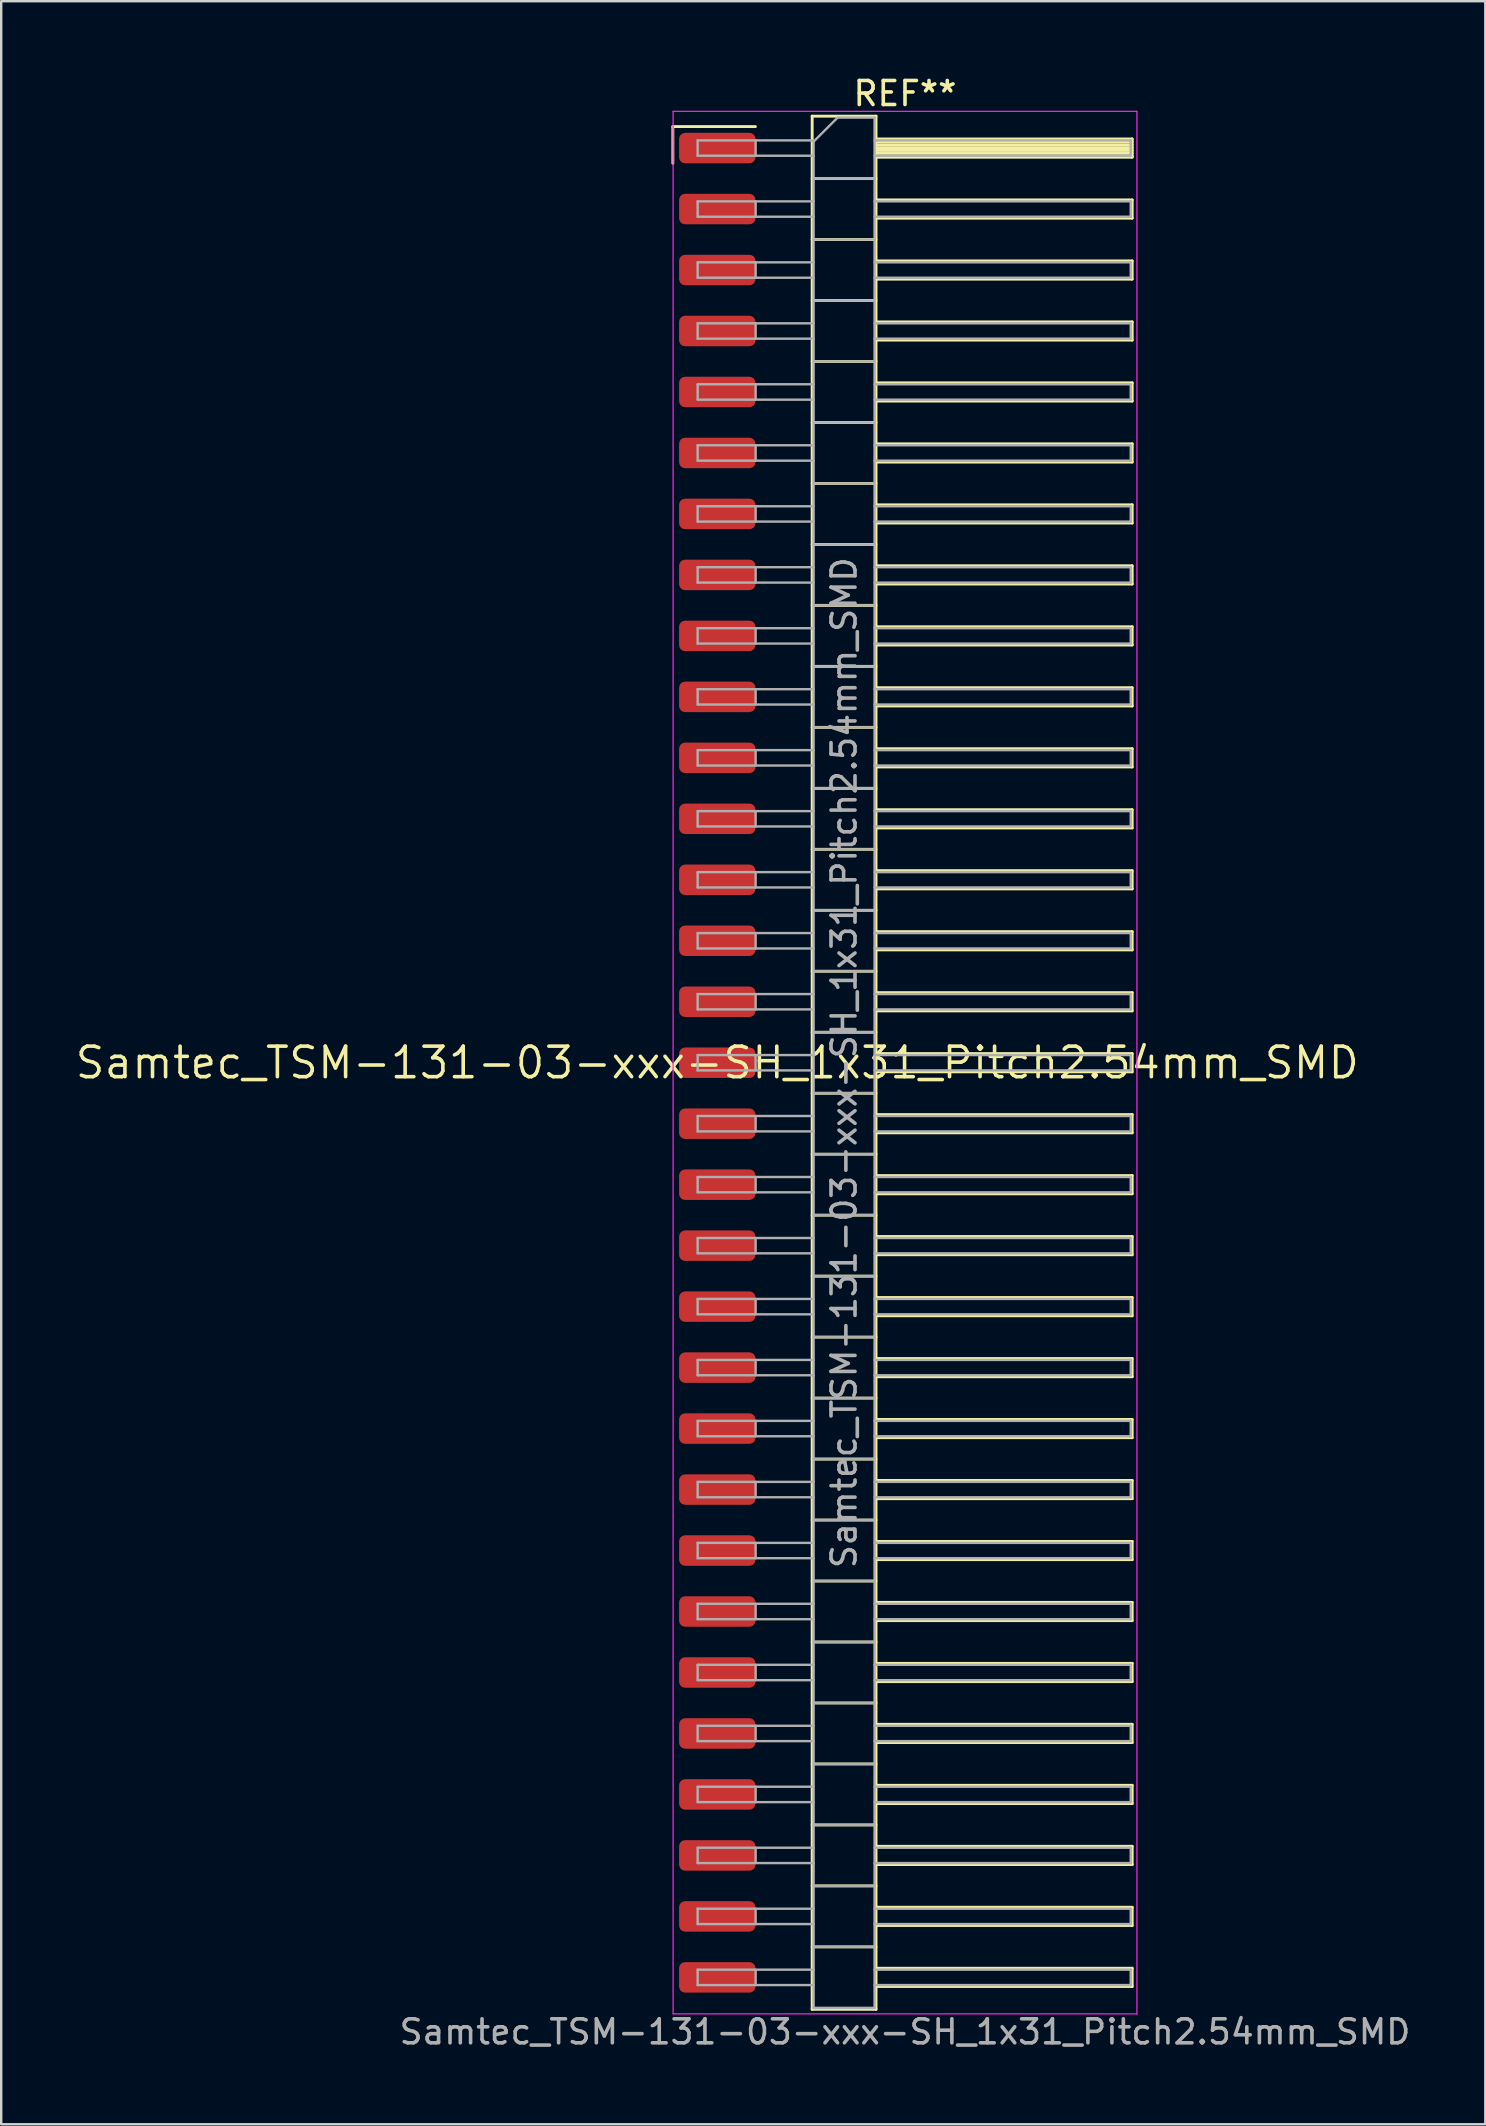
<source format=kicad_pcb>
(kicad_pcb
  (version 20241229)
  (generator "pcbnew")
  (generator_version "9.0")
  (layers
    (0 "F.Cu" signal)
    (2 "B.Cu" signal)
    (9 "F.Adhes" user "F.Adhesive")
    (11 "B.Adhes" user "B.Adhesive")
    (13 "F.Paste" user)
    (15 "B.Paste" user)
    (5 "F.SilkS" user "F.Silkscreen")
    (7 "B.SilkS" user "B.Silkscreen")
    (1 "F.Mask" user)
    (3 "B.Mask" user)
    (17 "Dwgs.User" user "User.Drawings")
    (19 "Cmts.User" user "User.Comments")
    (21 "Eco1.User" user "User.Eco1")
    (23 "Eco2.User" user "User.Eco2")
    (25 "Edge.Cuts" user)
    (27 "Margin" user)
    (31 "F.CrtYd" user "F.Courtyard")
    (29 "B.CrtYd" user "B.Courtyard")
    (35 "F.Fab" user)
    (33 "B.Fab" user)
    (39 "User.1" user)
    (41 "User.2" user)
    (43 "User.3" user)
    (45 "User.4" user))
  (footprint "Samtec_TSM-131-03-xxx-SH_1x31_Pitch2.54mm_SMD"
    (layer "F.Cu")
    (at 26.828 41.218)
    (property "Reference" "Samtec_TSM-131-03-xxx-SH_1x31_Pitch2.54mm_SMD" (at 0 0 0) (layer "F.SilkS") (effects (font (size 1.27 1.27) (thickness 0.15))))
    (attr smd)
    (fp_line (start -1.85 -38.995) (end 1.59 -38.995) (stroke (width 0.12) (type solid)) (layer "F.SilkS"))
    (fp_line (start -1.85 -37.465) (end -1.85 -38.995) (stroke (width 0.12) (type solid)) (layer "F.SilkS"))
    (fp_line (start 3.953 -39.43) (end 6.613 -39.43) (stroke (width 0.12) (type solid)) (layer "F.SilkS"))
    (fp_line (start 3.953 -36.83) (end 6.613 -36.83) (stroke (width 0.12) (type solid)) (layer "F.SilkS"))
    (fp_line (start 3.953 -34.29) (end 6.613 -34.29) (stroke (width 0.12) (type solid)) (layer "F.SilkS"))
    (fp_line (start 3.953 -31.75) (end 6.613 -31.75) (stroke (width 0.12) (type solid)) (layer "F.SilkS"))
    (fp_line (start 3.953 -29.21) (end 6.613 -29.21) (stroke (width 0.12) (type solid)) (layer "F.SilkS"))
    (fp_line (start 3.953 -26.67) (end 6.613 -26.67) (stroke (width 0.12) (type solid)) (layer "F.SilkS"))
    (fp_line (start 3.953 -24.13) (end 6.613 -24.13) (stroke (width 0.12) (type solid)) (layer "F.SilkS"))
    (fp_line (start 3.953 -21.59) (end 6.613 -21.59) (stroke (width 0.12) (type solid)) (layer "F.SilkS"))
    (fp_line (start 3.953 -19.05) (end 6.613 -19.05) (stroke (width 0.12) (type solid)) (layer "F.SilkS"))
    (fp_line (start 3.953 -16.51) (end 6.613 -16.51) (stroke (width 0.12) (type solid)) (layer "F.SilkS"))
    (fp_line (start 3.953 -13.97) (end 6.613 -13.97) (stroke (width 0.12) (type solid)) (layer "F.SilkS"))
    (fp_line (start 3.953 -11.43) (end 6.613 -11.43) (stroke (width 0.12) (type solid)) (layer "F.SilkS"))
    (fp_line (start 3.953 -8.89) (end 6.613 -8.89) (stroke (width 0.12) (type solid)) (layer "F.SilkS"))
    (fp_line (start 3.953 -6.35) (end 6.613 -6.35) (stroke (width 0.12) (type solid)) (layer "F.SilkS"))
    (fp_line (start 3.953 -3.81) (end 6.613 -3.81) (stroke (width 0.12) (type solid)) (layer "F.SilkS"))
    (fp_line (start 3.953 -1.27) (end 6.613 -1.27) (stroke (width 0.12) (type solid)) (layer "F.SilkS"))
    (fp_line (start 3.953 1.27) (end 6.613 1.27) (stroke (width 0.12) (type solid)) (layer "F.SilkS"))
    (fp_line (start 3.953 3.81) (end 6.613 3.81) (stroke (width 0.12) (type solid)) (layer "F.SilkS"))
    (fp_line (start 3.953 6.35) (end 6.613 6.35) (stroke (width 0.12) (type solid)) (layer "F.SilkS"))
    (fp_line (start 3.953 8.89) (end 6.613 8.89) (stroke (width 0.12) (type solid)) (layer "F.SilkS"))
    (fp_line (start 3.953 11.43) (end 6.613 11.43) (stroke (width 0.12) (type solid)) (layer "F.SilkS"))
    (fp_line (start 3.953 13.97) (end 6.613 13.97) (stroke (width 0.12) (type solid)) (layer "F.SilkS"))
    (fp_line (start 3.953 16.51) (end 6.613 16.51) (stroke (width 0.12) (type solid)) (layer "F.SilkS"))
    (fp_line (start 3.953 19.05) (end 6.613 19.05) (stroke (width 0.12) (type solid)) (layer "F.SilkS"))
    (fp_line (start 3.953 21.59) (end 6.613 21.59) (stroke (width 0.12) (type solid)) (layer "F.SilkS"))
    (fp_line (start 3.953 24.13) (end 6.613 24.13) (stroke (width 0.12) (type solid)) (layer "F.SilkS"))
    (fp_line (start 3.953 26.67) (end 6.613 26.67) (stroke (width 0.12) (type solid)) (layer "F.SilkS"))
    (fp_line (start 3.953 29.21) (end 6.613 29.21) (stroke (width 0.12) (type solid)) (layer "F.SilkS"))
    (fp_line (start 3.953 31.75) (end 6.613 31.75) (stroke (width 0.12) (type solid)) (layer "F.SilkS"))
    (fp_line (start 3.953 34.29) (end 6.613 34.29) (stroke (width 0.12) (type solid)) (layer "F.SilkS"))
    (fp_line (start 3.953 36.83) (end 6.613 36.83) (stroke (width 0.12) (type solid)) (layer "F.SilkS"))
    (fp_line (start 3.953 39.43) (end 3.953 -39.43) (stroke (width 0.12) (type solid)) (layer "F.SilkS"))
    (fp_line (start 6.613 -39.43) (end 6.613 39.43) (stroke (width 0.12) (type solid)) (layer "F.SilkS"))
    (fp_line (start 6.613 -38.48) (end 17.283 -38.48) (stroke (width 0.12) (type solid)) (layer "F.SilkS"))
    (fp_line (start 6.613 -38.36) (end 17.283 -38.36) (stroke (width 0.12) (type solid)) (layer "F.SilkS"))
    (fp_line (start 6.613 -38.24) (end 17.283 -38.24) (stroke (width 0.12) (type solid)) (layer "F.SilkS"))
    (fp_line (start 6.613 -38.12) (end 17.283 -38.12) (stroke (width 0.12) (type solid)) (layer "F.SilkS"))
    (fp_line (start 6.613 -38) (end 17.283 -38) (stroke (width 0.12) (type solid)) (layer "F.SilkS"))
    (fp_line (start 6.613 -37.88) (end 17.283 -37.88) (stroke (width 0.12) (type solid)) (layer "F.SilkS"))
    (fp_line (start 6.613 -37.76) (end 17.283 -37.76) (stroke (width 0.12) (type solid)) (layer "F.SilkS"))
    (fp_line (start 6.613 -37.72) (end 17.283 -37.72) (stroke (width 0.12) (type solid)) (layer "F.SilkS"))
    (fp_line (start 6.613 -35.94) (end 17.283 -35.94) (stroke (width 0.12) (type solid)) (layer "F.SilkS"))
    (fp_line (start 6.613 -35.18) (end 17.283 -35.18) (stroke (width 0.12) (type solid)) (layer "F.SilkS"))
    (fp_line (start 6.613 -33.4) (end 17.283 -33.4) (stroke (width 0.12) (type solid)) (layer "F.SilkS"))
    (fp_line (start 6.613 -32.64) (end 17.283 -32.64) (stroke (width 0.12) (type solid)) (layer "F.SilkS"))
    (fp_line (start 6.613 -30.86) (end 17.283 -30.86) (stroke (width 0.12) (type solid)) (layer "F.SilkS"))
    (fp_line (start 6.613 -30.1) (end 17.283 -30.1) (stroke (width 0.12) (type solid)) (layer "F.SilkS"))
    (fp_line (start 6.613 -28.32) (end 17.283 -28.32) (stroke (width 0.12) (type solid)) (layer "F.SilkS"))
    (fp_line (start 6.613 -27.56) (end 17.283 -27.56) (stroke (width 0.12) (type solid)) (layer "F.SilkS"))
    (fp_line (start 6.613 -25.78) (end 17.283 -25.78) (stroke (width 0.12) (type solid)) (layer "F.SilkS"))
    (fp_line (start 6.613 -25.02) (end 17.283 -25.02) (stroke (width 0.12) (type solid)) (layer "F.SilkS"))
    (fp_line (start 6.613 -23.24) (end 17.283 -23.24) (stroke (width 0.12) (type solid)) (layer "F.SilkS"))
    (fp_line (start 6.613 -22.48) (end 17.283 -22.48) (stroke (width 0.12) (type solid)) (layer "F.SilkS"))
    (fp_line (start 6.613 -20.7) (end 17.283 -20.7) (stroke (width 0.12) (type solid)) (layer "F.SilkS"))
    (fp_line (start 6.613 -19.94) (end 17.283 -19.94) (stroke (width 0.12) (type solid)) (layer "F.SilkS"))
    (fp_line (start 6.613 -18.16) (end 17.283 -18.16) (stroke (width 0.12) (type solid)) (layer "F.SilkS"))
    (fp_line (start 6.613 -17.4) (end 17.283 -17.4) (stroke (width 0.12) (type solid)) (layer "F.SilkS"))
    (fp_line (start 6.613 -15.62) (end 17.283 -15.62) (stroke (width 0.12) (type solid)) (layer "F.SilkS"))
    (fp_line (start 6.613 -14.86) (end 17.283 -14.86) (stroke (width 0.12) (type solid)) (layer "F.SilkS"))
    (fp_line (start 6.613 -13.08) (end 17.283 -13.08) (stroke (width 0.12) (type solid)) (layer "F.SilkS"))
    (fp_line (start 6.613 -12.32) (end 17.283 -12.32) (stroke (width 0.12) (type solid)) (layer "F.SilkS"))
    (fp_line (start 6.613 -10.54) (end 17.283 -10.54) (stroke (width 0.12) (type solid)) (layer "F.SilkS"))
    (fp_line (start 6.613 -9.78) (end 17.283 -9.78) (stroke (width 0.12) (type solid)) (layer "F.SilkS"))
    (fp_line (start 6.613 -8) (end 17.283 -8) (stroke (width 0.12) (type solid)) (layer "F.SilkS"))
    (fp_line (start 6.613 -7.24) (end 17.283 -7.24) (stroke (width 0.12) (type solid)) (layer "F.SilkS"))
    (fp_line (start 6.613 -5.46) (end 17.283 -5.46) (stroke (width 0.12) (type solid)) (layer "F.SilkS"))
    (fp_line (start 6.613 -4.7) (end 17.283 -4.7) (stroke (width 0.12) (type solid)) (layer "F.SilkS"))
    (fp_line (start 6.613 -2.92) (end 17.283 -2.92) (stroke (width 0.12) (type solid)) (layer "F.SilkS"))
    (fp_line (start 6.613 -2.16) (end 17.283 -2.16) (stroke (width 0.12) (type solid)) (layer "F.SilkS"))
    (fp_line (start 6.613 -0.38) (end 17.283 -0.38) (stroke (width 0.12) (type solid)) (layer "F.SilkS"))
    (fp_line (start 6.613 0.38) (end 17.283 0.38) (stroke (width 0.12) (type solid)) (layer "F.SilkS"))
    (fp_line (start 6.613 2.16) (end 17.283 2.16) (stroke (width 0.12) (type solid)) (layer "F.SilkS"))
    (fp_line (start 6.613 2.92) (end 17.283 2.92) (stroke (width 0.12) (type solid)) (layer "F.SilkS"))
    (fp_line (start 6.613 4.7) (end 17.283 4.7) (stroke (width 0.12) (type solid)) (layer "F.SilkS"))
    (fp_line (start 6.613 5.46) (end 17.283 5.46) (stroke (width 0.12) (type solid)) (layer "F.SilkS"))
    (fp_line (start 6.613 7.24) (end 17.283 7.24) (stroke (width 0.12) (type solid)) (layer "F.SilkS"))
    (fp_line (start 6.613 8) (end 17.283 8) (stroke (width 0.12) (type solid)) (layer "F.SilkS"))
    (fp_line (start 6.613 9.78) (end 17.283 9.78) (stroke (width 0.12) (type solid)) (layer "F.SilkS"))
    (fp_line (start 6.613 10.54) (end 17.283 10.54) (stroke (width 0.12) (type solid)) (layer "F.SilkS"))
    (fp_line (start 6.613 12.32) (end 17.283 12.32) (stroke (width 0.12) (type solid)) (layer "F.SilkS"))
    (fp_line (start 6.613 13.08) (end 17.283 13.08) (stroke (width 0.12) (type solid)) (layer "F.SilkS"))
    (fp_line (start 6.613 14.86) (end 17.283 14.86) (stroke (width 0.12) (type solid)) (layer "F.SilkS"))
    (fp_line (start 6.613 15.62) (end 17.283 15.62) (stroke (width 0.12) (type solid)) (layer "F.SilkS"))
    (fp_line (start 6.613 17.4) (end 17.283 17.4) (stroke (width 0.12) (type solid)) (layer "F.SilkS"))
    (fp_line (start 6.613 18.16) (end 17.283 18.16) (stroke (width 0.12) (type solid)) (layer "F.SilkS"))
    (fp_line (start 6.613 19.94) (end 17.283 19.94) (stroke (width 0.12) (type solid)) (layer "F.SilkS"))
    (fp_line (start 6.613 20.7) (end 17.283 20.7) (stroke (width 0.12) (type solid)) (layer "F.SilkS"))
    (fp_line (start 6.613 22.48) (end 17.283 22.48) (stroke (width 0.12) (type solid)) (layer "F.SilkS"))
    (fp_line (start 6.613 23.24) (end 17.283 23.24) (stroke (width 0.12) (type solid)) (layer "F.SilkS"))
    (fp_line (start 6.613 25.02) (end 17.283 25.02) (stroke (width 0.12) (type solid)) (layer "F.SilkS"))
    (fp_line (start 6.613 25.78) (end 17.283 25.78) (stroke (width 0.12) (type solid)) (layer "F.SilkS"))
    (fp_line (start 6.613 27.56) (end 17.283 27.56) (stroke (width 0.12) (type solid)) (layer "F.SilkS"))
    (fp_line (start 6.613 28.32) (end 17.283 28.32) (stroke (width 0.12) (type solid)) (layer "F.SilkS"))
    (fp_line (start 6.613 30.1) (end 17.283 30.1) (stroke (width 0.12) (type solid)) (layer "F.SilkS"))
    (fp_line (start 6.613 30.86) (end 17.283 30.86) (stroke (width 0.12) (type solid)) (layer "F.SilkS"))
    (fp_line (start 6.613 32.64) (end 17.283 32.64) (stroke (width 0.12) (type solid)) (layer "F.SilkS"))
    (fp_line (start 6.613 33.4) (end 17.283 33.4) (stroke (width 0.12) (type solid)) (layer "F.SilkS"))
    (fp_line (start 6.613 35.18) (end 17.283 35.18) (stroke (width 0.12) (type solid)) (layer "F.SilkS"))
    (fp_line (start 6.613 35.94) (end 17.283 35.94) (stroke (width 0.12) (type solid)) (layer "F.SilkS"))
    (fp_line (start 6.613 37.72) (end 17.283 37.72) (stroke (width 0.12) (type solid)) (layer "F.SilkS"))
    (fp_line (start 6.613 38.48) (end 17.283 38.48) (stroke (width 0.12) (type solid)) (layer "F.SilkS"))
    (fp_line (start 6.613 39.43) (end 3.953 39.43) (stroke (width 0.12) (type solid)) (layer "F.SilkS"))
    (fp_line (start 17.283 -38.48) (end 17.283 -37.72) (stroke (width 0.12) (type solid)) (layer "F.SilkS"))
    (fp_line (start 17.283 -35.94) (end 17.283 -35.18) (stroke (width 0.12) (type solid)) (layer "F.SilkS"))
    (fp_line (start 17.283 -33.4) (end 17.283 -32.64) (stroke (width 0.12) (type solid)) (layer "F.SilkS"))
    (fp_line (start 17.283 -30.86) (end 17.283 -30.1) (stroke (width 0.12) (type solid)) (layer "F.SilkS"))
    (fp_line (start 17.283 -28.32) (end 17.283 -27.56) (stroke (width 0.12) (type solid)) (layer "F.SilkS"))
    (fp_line (start 17.283 -25.78) (end 17.283 -25.02) (stroke (width 0.12) (type solid)) (layer "F.SilkS"))
    (fp_line (start 17.283 -23.24) (end 17.283 -22.48) (stroke (width 0.12) (type solid)) (layer "F.SilkS"))
    (fp_line (start 17.283 -20.7) (end 17.283 -19.94) (stroke (width 0.12) (type solid)) (layer "F.SilkS"))
    (fp_line (start 17.283 -18.16) (end 17.283 -17.4) (stroke (width 0.12) (type solid)) (layer "F.SilkS"))
    (fp_line (start 17.283 -15.62) (end 17.283 -14.86) (stroke (width 0.12) (type solid)) (layer "F.SilkS"))
    (fp_line (start 17.283 -13.08) (end 17.283 -12.32) (stroke (width 0.12) (type solid)) (layer "F.SilkS"))
    (fp_line (start 17.283 -10.54) (end 17.283 -9.78) (stroke (width 0.12) (type solid)) (layer "F.SilkS"))
    (fp_line (start 17.283 -8) (end 17.283 -7.24) (stroke (width 0.12) (type solid)) (layer "F.SilkS"))
    (fp_line (start 17.283 -5.46) (end 17.283 -4.7) (stroke (width 0.12) (type solid)) (layer "F.SilkS"))
    (fp_line (start 17.283 -2.92) (end 17.283 -2.16) (stroke (width 0.12) (type solid)) (layer "F.SilkS"))
    (fp_line (start 17.283 -0.38) (end 17.283 0.38) (stroke (width 0.12) (type solid)) (layer "F.SilkS"))
    (fp_line (start 17.283 2.16) (end 17.283 2.92) (stroke (width 0.12) (type solid)) (layer "F.SilkS"))
    (fp_line (start 17.283 4.7) (end 17.283 5.46) (stroke (width 0.12) (type solid)) (layer "F.SilkS"))
    (fp_line (start 17.283 7.24) (end 17.283 8) (stroke (width 0.12) (type solid)) (layer "F.SilkS"))
    (fp_line (start 17.283 9.78) (end 17.283 10.54) (stroke (width 0.12) (type solid)) (layer "F.SilkS"))
    (fp_line (start 17.283 12.32) (end 17.283 13.08) (stroke (width 0.12) (type solid)) (layer "F.SilkS"))
    (fp_line (start 17.283 14.86) (end 17.283 15.62) (stroke (width 0.12) (type solid)) (layer "F.SilkS"))
    (fp_line (start 17.283 17.4) (end 17.283 18.16) (stroke (width 0.12) (type solid)) (layer "F.SilkS"))
    (fp_line (start 17.283 19.94) (end 17.283 20.7) (stroke (width 0.12) (type solid)) (layer "F.SilkS"))
    (fp_line (start 17.283 22.48) (end 17.283 23.24) (stroke (width 0.12) (type solid)) (layer "F.SilkS"))
    (fp_line (start 17.283 25.02) (end 17.283 25.78) (stroke (width 0.12) (type solid)) (layer "F.SilkS"))
    (fp_line (start 17.283 27.56) (end 17.283 28.32) (stroke (width 0.12) (type solid)) (layer "F.SilkS"))
    (fp_line (start 17.283 30.1) (end 17.283 30.86) (stroke (width 0.12) (type solid)) (layer "F.SilkS"))
    (fp_line (start 17.283 32.64) (end 17.283 33.4) (stroke (width 0.12) (type solid)) (layer "F.SilkS"))
    (fp_line (start 17.283 35.18) (end 17.283 35.94) (stroke (width 0.12) (type solid)) (layer "F.SilkS"))
    (fp_line (start 17.283 37.72) (end 17.283 38.48) (stroke (width 0.12) (type solid)) (layer "F.SilkS"))
    (fp_line (start -1.84 -39.63) (end 17.48 -39.63) (stroke (width 0.05) (type solid)) (layer "F.CrtYd"))
    (fp_line (start -1.84 39.62) (end -1.84 -39.63) (stroke (width 0.05) (type solid)) (layer "F.CrtYd"))
    (fp_line (start 17.48 -39.63) (end 17.48 39.62) (stroke (width 0.05) (type solid)) (layer "F.CrtYd"))
    (fp_line (start 17.48 39.62) (end -1.84 39.62) (stroke (width 0.05) (type solid)) (layer "F.CrtYd"))
    (fp_line (start -0.817 -38.42) (end -0.817 -37.78) (stroke (width 0.1) (type solid)) (layer "F.Fab"))
    (fp_line (start -0.817 -38.42) (end 4.013 -38.42) (stroke (width 0.1) (type solid)) (layer "F.Fab"))
    (fp_line (start -0.817 -37.78) (end 4.013 -37.78) (stroke (width 0.1) (type solid)) (layer "F.Fab"))
    (fp_line (start -0.817 -35.88) (end -0.817 -35.24) (stroke (width 0.1) (type solid)) (layer "F.Fab"))
    (fp_line (start -0.817 -35.88) (end 4.013 -35.88) (stroke (width 0.1) (type solid)) (layer "F.Fab"))
    (fp_line (start -0.817 -35.24) (end 4.013 -35.24) (stroke (width 0.1) (type solid)) (layer "F.Fab"))
    (fp_line (start -0.817 -33.34) (end -0.817 -32.7) (stroke (width 0.1) (type solid)) (layer "F.Fab"))
    (fp_line (start -0.817 -33.34) (end 4.013 -33.34) (stroke (width 0.1) (type solid)) (layer "F.Fab"))
    (fp_line (start -0.817 -32.7) (end 4.013 -32.7) (stroke (width 0.1) (type solid)) (layer "F.Fab"))
    (fp_line (start -0.817 -30.8) (end -0.817 -30.16) (stroke (width 0.1) (type solid)) (layer "F.Fab"))
    (fp_line (start -0.817 -30.8) (end 4.013 -30.8) (stroke (width 0.1) (type solid)) (layer "F.Fab"))
    (fp_line (start -0.817 -30.16) (end 4.013 -30.16) (stroke (width 0.1) (type solid)) (layer "F.Fab"))
    (fp_line (start -0.817 -28.26) (end -0.817 -27.62) (stroke (width 0.1) (type solid)) (layer "F.Fab"))
    (fp_line (start -0.817 -28.26) (end 4.013 -28.26) (stroke (width 0.1) (type solid)) (layer "F.Fab"))
    (fp_line (start -0.817 -27.62) (end 4.013 -27.62) (stroke (width 0.1) (type solid)) (layer "F.Fab"))
    (fp_line (start -0.817 -25.72) (end -0.817 -25.08) (stroke (width 0.1) (type solid)) (layer "F.Fab"))
    (fp_line (start -0.817 -25.72) (end 4.013 -25.72) (stroke (width 0.1) (type solid)) (layer "F.Fab"))
    (fp_line (start -0.817 -25.08) (end 4.013 -25.08) (stroke (width 0.1) (type solid)) (layer "F.Fab"))
    (fp_line (start -0.817 -23.18) (end -0.817 -22.54) (stroke (width 0.1) (type solid)) (layer "F.Fab"))
    (fp_line (start -0.817 -23.18) (end 4.013 -23.18) (stroke (width 0.1) (type solid)) (layer "F.Fab"))
    (fp_line (start -0.817 -22.54) (end 4.013 -22.54) (stroke (width 0.1) (type solid)) (layer "F.Fab"))
    (fp_line (start -0.817 -20.64) (end -0.817 -20) (stroke (width 0.1) (type solid)) (layer "F.Fab"))
    (fp_line (start -0.817 -20.64) (end 4.013 -20.64) (stroke (width 0.1) (type solid)) (layer "F.Fab"))
    (fp_line (start -0.817 -20) (end 4.013 -20) (stroke (width 0.1) (type solid)) (layer "F.Fab"))
    (fp_line (start -0.817 -18.1) (end -0.817 -17.46) (stroke (width 0.1) (type solid)) (layer "F.Fab"))
    (fp_line (start -0.817 -18.1) (end 4.013 -18.1) (stroke (width 0.1) (type solid)) (layer "F.Fab"))
    (fp_line (start -0.817 -17.46) (end 4.013 -17.46) (stroke (width 0.1) (type solid)) (layer "F.Fab"))
    (fp_line (start -0.817 -15.56) (end -0.817 -14.92) (stroke (width 0.1) (type solid)) (layer "F.Fab"))
    (fp_line (start -0.817 -15.56) (end 4.013 -15.56) (stroke (width 0.1) (type solid)) (layer "F.Fab"))
    (fp_line (start -0.817 -14.92) (end 4.013 -14.92) (stroke (width 0.1) (type solid)) (layer "F.Fab"))
    (fp_line (start -0.817 -13.02) (end -0.817 -12.38) (stroke (width 0.1) (type solid)) (layer "F.Fab"))
    (fp_line (start -0.817 -13.02) (end 4.013 -13.02) (stroke (width 0.1) (type solid)) (layer "F.Fab"))
    (fp_line (start -0.817 -12.38) (end 4.013 -12.38) (stroke (width 0.1) (type solid)) (layer "F.Fab"))
    (fp_line (start -0.817 -10.48) (end -0.817 -9.84) (stroke (width 0.1) (type solid)) (layer "F.Fab"))
    (fp_line (start -0.817 -10.48) (end 4.013 -10.48) (stroke (width 0.1) (type solid)) (layer "F.Fab"))
    (fp_line (start -0.817 -9.84) (end 4.013 -9.84) (stroke (width 0.1) (type solid)) (layer "F.Fab"))
    (fp_line (start -0.817 -7.94) (end -0.817 -7.3) (stroke (width 0.1) (type solid)) (layer "F.Fab"))
    (fp_line (start -0.817 -7.94) (end 4.013 -7.94) (stroke (width 0.1) (type solid)) (layer "F.Fab"))
    (fp_line (start -0.817 -7.3) (end 4.013 -7.3) (stroke (width 0.1) (type solid)) (layer "F.Fab"))
    (fp_line (start -0.817 -5.4) (end -0.817 -4.76) (stroke (width 0.1) (type solid)) (layer "F.Fab"))
    (fp_line (start -0.817 -5.4) (end 4.013 -5.4) (stroke (width 0.1) (type solid)) (layer "F.Fab"))
    (fp_line (start -0.817 -4.76) (end 4.013 -4.76) (stroke (width 0.1) (type solid)) (layer "F.Fab"))
    (fp_line (start -0.817 -2.86) (end -0.817 -2.22) (stroke (width 0.1) (type solid)) (layer "F.Fab"))
    (fp_line (start -0.817 -2.86) (end 4.013 -2.86) (stroke (width 0.1) (type solid)) (layer "F.Fab"))
    (fp_line (start -0.817 -2.22) (end 4.013 -2.22) (stroke (width 0.1) (type solid)) (layer "F.Fab"))
    (fp_line (start -0.817 -0.32) (end -0.817 0.32) (stroke (width 0.1) (type solid)) (layer "F.Fab"))
    (fp_line (start -0.817 -0.32) (end 4.013 -0.32) (stroke (width 0.1) (type solid)) (layer "F.Fab"))
    (fp_line (start -0.817 0.32) (end 4.013 0.32) (stroke (width 0.1) (type solid)) (layer "F.Fab"))
    (fp_line (start -0.817 2.22) (end -0.817 2.86) (stroke (width 0.1) (type solid)) (layer "F.Fab"))
    (fp_line (start -0.817 2.22) (end 4.013 2.22) (stroke (width 0.1) (type solid)) (layer "F.Fab"))
    (fp_line (start -0.817 2.86) (end 4.013 2.86) (stroke (width 0.1) (type solid)) (layer "F.Fab"))
    (fp_line (start -0.817 4.76) (end -0.817 5.4) (stroke (width 0.1) (type solid)) (layer "F.Fab"))
    (fp_line (start -0.817 4.76) (end 4.013 4.76) (stroke (width 0.1) (type solid)) (layer "F.Fab"))
    (fp_line (start -0.817 5.4) (end 4.013 5.4) (stroke (width 0.1) (type solid)) (layer "F.Fab"))
    (fp_line (start -0.817 7.3) (end -0.817 7.94) (stroke (width 0.1) (type solid)) (layer "F.Fab"))
    (fp_line (start -0.817 7.3) (end 4.013 7.3) (stroke (width 0.1) (type solid)) (layer "F.Fab"))
    (fp_line (start -0.817 7.94) (end 4.013 7.94) (stroke (width 0.1) (type solid)) (layer "F.Fab"))
    (fp_line (start -0.817 9.84) (end -0.817 10.48) (stroke (width 0.1) (type solid)) (layer "F.Fab"))
    (fp_line (start -0.817 9.84) (end 4.013 9.84) (stroke (width 0.1) (type solid)) (layer "F.Fab"))
    (fp_line (start -0.817 10.48) (end 4.013 10.48) (stroke (width 0.1) (type solid)) (layer "F.Fab"))
    (fp_line (start -0.817 12.38) (end -0.817 13.02) (stroke (width 0.1) (type solid)) (layer "F.Fab"))
    (fp_line (start -0.817 12.38) (end 4.013 12.38) (stroke (width 0.1) (type solid)) (layer "F.Fab"))
    (fp_line (start -0.817 13.02) (end 4.013 13.02) (stroke (width 0.1) (type solid)) (layer "F.Fab"))
    (fp_line (start -0.817 14.92) (end -0.817 15.56) (stroke (width 0.1) (type solid)) (layer "F.Fab"))
    (fp_line (start -0.817 14.92) (end 4.013 14.92) (stroke (width 0.1) (type solid)) (layer "F.Fab"))
    (fp_line (start -0.817 15.56) (end 4.013 15.56) (stroke (width 0.1) (type solid)) (layer "F.Fab"))
    (fp_line (start -0.817 17.46) (end -0.817 18.1) (stroke (width 0.1) (type solid)) (layer "F.Fab"))
    (fp_line (start -0.817 17.46) (end 4.013 17.46) (stroke (width 0.1) (type solid)) (layer "F.Fab"))
    (fp_line (start -0.817 18.1) (end 4.013 18.1) (stroke (width 0.1) (type solid)) (layer "F.Fab"))
    (fp_line (start -0.817 20) (end -0.817 20.64) (stroke (width 0.1) (type solid)) (layer "F.Fab"))
    (fp_line (start -0.817 20) (end 4.013 20) (stroke (width 0.1) (type solid)) (layer "F.Fab"))
    (fp_line (start -0.817 20.64) (end 4.013 20.64) (stroke (width 0.1) (type solid)) (layer "F.Fab"))
    (fp_line (start -0.817 22.54) (end -0.817 23.18) (stroke (width 0.1) (type solid)) (layer "F.Fab"))
    (fp_line (start -0.817 22.54) (end 4.013 22.54) (stroke (width 0.1) (type solid)) (layer "F.Fab"))
    (fp_line (start -0.817 23.18) (end 4.013 23.18) (stroke (width 0.1) (type solid)) (layer "F.Fab"))
    (fp_line (start -0.817 25.08) (end -0.817 25.72) (stroke (width 0.1) (type solid)) (layer "F.Fab"))
    (fp_line (start -0.817 25.08) (end 4.013 25.08) (stroke (width 0.1) (type solid)) (layer "F.Fab"))
    (fp_line (start -0.817 25.72) (end 4.013 25.72) (stroke (width 0.1) (type solid)) (layer "F.Fab"))
    (fp_line (start -0.817 27.62) (end -0.817 28.26) (stroke (width 0.1) (type solid)) (layer "F.Fab"))
    (fp_line (start -0.817 27.62) (end 4.013 27.62) (stroke (width 0.1) (type solid)) (layer "F.Fab"))
    (fp_line (start -0.817 28.26) (end 4.013 28.26) (stroke (width 0.1) (type solid)) (layer "F.Fab"))
    (fp_line (start -0.817 30.16) (end -0.817 30.8) (stroke (width 0.1) (type solid)) (layer "F.Fab"))
    (fp_line (start -0.817 30.16) (end 4.013 30.16) (stroke (width 0.1) (type solid)) (layer "F.Fab"))
    (fp_line (start -0.817 30.8) (end 4.013 30.8) (stroke (width 0.1) (type solid)) (layer "F.Fab"))
    (fp_line (start -0.817 32.7) (end -0.817 33.34) (stroke (width 0.1) (type solid)) (layer "F.Fab"))
    (fp_line (start -0.817 32.7) (end 4.013 32.7) (stroke (width 0.1) (type solid)) (layer "F.Fab"))
    (fp_line (start -0.817 33.34) (end 4.013 33.34) (stroke (width 0.1) (type solid)) (layer "F.Fab"))
    (fp_line (start -0.817 35.24) (end -0.817 35.88) (stroke (width 0.1) (type solid)) (layer "F.Fab"))
    (fp_line (start -0.817 35.24) (end 4.013 35.24) (stroke (width 0.1) (type solid)) (layer "F.Fab"))
    (fp_line (start -0.817 35.88) (end 4.013 35.88) (stroke (width 0.1) (type solid)) (layer "F.Fab"))
    (fp_line (start -0.817 37.78) (end -0.817 38.42) (stroke (width 0.1) (type solid)) (layer "F.Fab"))
    (fp_line (start -0.817 37.78) (end 4.013 37.78) (stroke (width 0.1) (type solid)) (layer "F.Fab"))
    (fp_line (start -0.817 38.42) (end 4.013 38.42) (stroke (width 0.1) (type solid)) (layer "F.Fab"))
    (fp_line (start 1.598 -38.42) (end 1.598 -37.78) (stroke (width 0.1) (type solid)) (layer "F.Fab"))
    (fp_line (start 1.598 -35.88) (end 1.598 -35.24) (stroke (width 0.1) (type solid)) (layer "F.Fab"))
    (fp_line (start 1.598 -33.34) (end 1.598 -32.7) (stroke (width 0.1) (type solid)) (layer "F.Fab"))
    (fp_line (start 1.598 -30.8) (end 1.598 -30.16) (stroke (width 0.1) (type solid)) (layer "F.Fab"))
    (fp_line (start 1.598 -28.26) (end 1.598 -27.62) (stroke (width 0.1) (type solid)) (layer "F.Fab"))
    (fp_line (start 1.598 -25.72) (end 1.598 -25.08) (stroke (width 0.1) (type solid)) (layer "F.Fab"))
    (fp_line (start 1.598 -23.18) (end 1.598 -22.54) (stroke (width 0.1) (type solid)) (layer "F.Fab"))
    (fp_line (start 1.598 -20.64) (end 1.598 -20) (stroke (width 0.1) (type solid)) (layer "F.Fab"))
    (fp_line (start 1.598 -18.1) (end 1.598 -17.46) (stroke (width 0.1) (type solid)) (layer "F.Fab"))
    (fp_line (start 1.598 -15.56) (end 1.598 -14.92) (stroke (width 0.1) (type solid)) (layer "F.Fab"))
    (fp_line (start 1.598 -13.02) (end 1.598 -12.38) (stroke (width 0.1) (type solid)) (layer "F.Fab"))
    (fp_line (start 1.598 -10.48) (end 1.598 -9.84) (stroke (width 0.1) (type solid)) (layer "F.Fab"))
    (fp_line (start 1.598 -7.94) (end 1.598 -7.3) (stroke (width 0.1) (type solid)) (layer "F.Fab"))
    (fp_line (start 1.598 -5.4) (end 1.598 -4.76) (stroke (width 0.1) (type solid)) (layer "F.Fab"))
    (fp_line (start 1.598 -2.86) (end 1.598 -2.22) (stroke (width 0.1) (type solid)) (layer "F.Fab"))
    (fp_line (start 1.598 -0.32) (end 1.598 0.32) (stroke (width 0.1) (type solid)) (layer "F.Fab"))
    (fp_line (start 1.598 2.22) (end 1.598 2.86) (stroke (width 0.1) (type solid)) (layer "F.Fab"))
    (fp_line (start 1.598 4.76) (end 1.598 5.4) (stroke (width 0.1) (type solid)) (layer "F.Fab"))
    (fp_line (start 1.598 7.3) (end 1.598 7.94) (stroke (width 0.1) (type solid)) (layer "F.Fab"))
    (fp_line (start 1.598 9.84) (end 1.598 10.48) (stroke (width 0.1) (type solid)) (layer "F.Fab"))
    (fp_line (start 1.598 12.38) (end 1.598 13.02) (stroke (width 0.1) (type solid)) (layer "F.Fab"))
    (fp_line (start 1.598 14.92) (end 1.598 15.56) (stroke (width 0.1) (type solid)) (layer "F.Fab"))
    (fp_line (start 1.598 17.46) (end 1.598 18.1) (stroke (width 0.1) (type solid)) (layer "F.Fab"))
    (fp_line (start 1.598 20) (end 1.598 20.64) (stroke (width 0.1) (type solid)) (layer "F.Fab"))
    (fp_line (start 1.598 22.54) (end 1.598 23.18) (stroke (width 0.1) (type solid)) (layer "F.Fab"))
    (fp_line (start 1.598 25.08) (end 1.598 25.72) (stroke (width 0.1) (type solid)) (layer "F.Fab"))
    (fp_line (start 1.598 27.62) (end 1.598 28.26) (stroke (width 0.1) (type solid)) (layer "F.Fab"))
    (fp_line (start 1.598 30.16) (end 1.598 30.8) (stroke (width 0.1) (type solid)) (layer "F.Fab"))
    (fp_line (start 1.598 32.7) (end 1.598 33.34) (stroke (width 0.1) (type solid)) (layer "F.Fab"))
    (fp_line (start 1.598 35.24) (end 1.598 35.88) (stroke (width 0.1) (type solid)) (layer "F.Fab"))
    (fp_line (start 1.598 37.78) (end 1.598 38.42) (stroke (width 0.1) (type solid)) (layer "F.Fab"))
    (fp_line (start 4.013 -38.37) (end 5.013 -39.37) (stroke (width 0.1) (type solid)) (layer "F.Fab"))
    (fp_line (start 4.013 -36.83) (end 6.553 -36.83) (stroke (width 0.1) (type solid)) (layer "F.Fab"))
    (fp_line (start 4.013 -34.29) (end 6.553 -34.29) (stroke (width 0.1) (type solid)) (layer "F.Fab"))
    (fp_line (start 4.013 -31.75) (end 6.553 -31.75) (stroke (width 0.1) (type solid)) (layer "F.Fab"))
    (fp_line (start 4.013 -29.21) (end 6.553 -29.21) (stroke (width 0.1) (type solid)) (layer "F.Fab"))
    (fp_line (start 4.013 -26.67) (end 6.553 -26.67) (stroke (width 0.1) (type solid)) (layer "F.Fab"))
    (fp_line (start 4.013 -24.13) (end 6.553 -24.13) (stroke (width 0.1) (type solid)) (layer "F.Fab"))
    (fp_line (start 4.013 -21.59) (end 6.553 -21.59) (stroke (width 0.1) (type solid)) (layer "F.Fab"))
    (fp_line (start 4.013 -19.05) (end 6.553 -19.05) (stroke (width 0.1) (type solid)) (layer "F.Fab"))
    (fp_line (start 4.013 -16.51) (end 6.553 -16.51) (stroke (width 0.1) (type solid)) (layer "F.Fab"))
    (fp_line (start 4.013 -13.97) (end 6.553 -13.97) (stroke (width 0.1) (type solid)) (layer "F.Fab"))
    (fp_line (start 4.013 -11.43) (end 6.553 -11.43) (stroke (width 0.1) (type solid)) (layer "F.Fab"))
    (fp_line (start 4.013 -8.89) (end 6.553 -8.89) (stroke (width 0.1) (type solid)) (layer "F.Fab"))
    (fp_line (start 4.013 -6.35) (end 6.553 -6.35) (stroke (width 0.1) (type solid)) (layer "F.Fab"))
    (fp_line (start 4.013 -3.81) (end 6.553 -3.81) (stroke (width 0.1) (type solid)) (layer "F.Fab"))
    (fp_line (start 4.013 -1.27) (end 6.553 -1.27) (stroke (width 0.1) (type solid)) (layer "F.Fab"))
    (fp_line (start 4.013 1.27) (end 6.553 1.27) (stroke (width 0.1) (type solid)) (layer "F.Fab"))
    (fp_line (start 4.013 3.81) (end 6.553 3.81) (stroke (width 0.1) (type solid)) (layer "F.Fab"))
    (fp_line (start 4.013 6.35) (end 6.553 6.35) (stroke (width 0.1) (type solid)) (layer "F.Fab"))
    (fp_line (start 4.013 8.89) (end 6.553 8.89) (stroke (width 0.1) (type solid)) (layer "F.Fab"))
    (fp_line (start 4.013 11.43) (end 6.553 11.43) (stroke (width 0.1) (type solid)) (layer "F.Fab"))
    (fp_line (start 4.013 13.97) (end 6.553 13.97) (stroke (width 0.1) (type solid)) (layer "F.Fab"))
    (fp_line (start 4.013 16.51) (end 6.553 16.51) (stroke (width 0.1) (type solid)) (layer "F.Fab"))
    (fp_line (start 4.013 19.05) (end 6.553 19.05) (stroke (width 0.1) (type solid)) (layer "F.Fab"))
    (fp_line (start 4.013 21.59) (end 6.553 21.59) (stroke (width 0.1) (type solid)) (layer "F.Fab"))
    (fp_line (start 4.013 24.13) (end 6.553 24.13) (stroke (width 0.1) (type solid)) (layer "F.Fab"))
    (fp_line (start 4.013 26.67) (end 6.553 26.67) (stroke (width 0.1) (type solid)) (layer "F.Fab"))
    (fp_line (start 4.013 29.21) (end 6.553 29.21) (stroke (width 0.1) (type solid)) (layer "F.Fab"))
    (fp_line (start 4.013 31.75) (end 6.553 31.75) (stroke (width 0.1) (type solid)) (layer "F.Fab"))
    (fp_line (start 4.013 34.29) (end 6.553 34.29) (stroke (width 0.1) (type solid)) (layer "F.Fab"))
    (fp_line (start 4.013 36.83) (end 6.553 36.83) (stroke (width 0.1) (type solid)) (layer "F.Fab"))
    (fp_line (start 4.013 39.37) (end 4.013 -38.37) (stroke (width 0.1) (type solid)) (layer "F.Fab"))
    (fp_line (start 5.013 -39.37) (end 6.553 -39.37) (stroke (width 0.1) (type solid)) (layer "F.Fab"))
    (fp_line (start 6.553 -39.37) (end 6.553 39.37) (stroke (width 0.1) (type solid)) (layer "F.Fab"))
    (fp_line (start 6.553 -38.42) (end 17.223 -38.42) (stroke (width 0.1) (type solid)) (layer "F.Fab"))
    (fp_line (start 6.553 -37.78) (end 17.223 -37.78) (stroke (width 0.1) (type solid)) (layer "F.Fab"))
    (fp_line (start 6.553 -35.88) (end 17.223 -35.88) (stroke (width 0.1) (type solid)) (layer "F.Fab"))
    (fp_line (start 6.553 -35.24) (end 17.223 -35.24) (stroke (width 0.1) (type solid)) (layer "F.Fab"))
    (fp_line (start 6.553 -33.34) (end 17.223 -33.34) (stroke (width 0.1) (type solid)) (layer "F.Fab"))
    (fp_line (start 6.553 -32.7) (end 17.223 -32.7) (stroke (width 0.1) (type solid)) (layer "F.Fab"))
    (fp_line (start 6.553 -30.8) (end 17.223 -30.8) (stroke (width 0.1) (type solid)) (layer "F.Fab"))
    (fp_line (start 6.553 -30.16) (end 17.223 -30.16) (stroke (width 0.1) (type solid)) (layer "F.Fab"))
    (fp_line (start 6.553 -28.26) (end 17.223 -28.26) (stroke (width 0.1) (type solid)) (layer "F.Fab"))
    (fp_line (start 6.553 -27.62) (end 17.223 -27.62) (stroke (width 0.1) (type solid)) (layer "F.Fab"))
    (fp_line (start 6.553 -25.72) (end 17.223 -25.72) (stroke (width 0.1) (type solid)) (layer "F.Fab"))
    (fp_line (start 6.553 -25.08) (end 17.223 -25.08) (stroke (width 0.1) (type solid)) (layer "F.Fab"))
    (fp_line (start 6.553 -23.18) (end 17.223 -23.18) (stroke (width 0.1) (type solid)) (layer "F.Fab"))
    (fp_line (start 6.553 -22.54) (end 17.223 -22.54) (stroke (width 0.1) (type solid)) (layer "F.Fab"))
    (fp_line (start 6.553 -20.64) (end 17.223 -20.64) (stroke (width 0.1) (type solid)) (layer "F.Fab"))
    (fp_line (start 6.553 -20) (end 17.223 -20) (stroke (width 0.1) (type solid)) (layer "F.Fab"))
    (fp_line (start 6.553 -18.1) (end 17.223 -18.1) (stroke (width 0.1) (type solid)) (layer "F.Fab"))
    (fp_line (start 6.553 -17.46) (end 17.223 -17.46) (stroke (width 0.1) (type solid)) (layer "F.Fab"))
    (fp_line (start 6.553 -15.56) (end 17.223 -15.56) (stroke (width 0.1) (type solid)) (layer "F.Fab"))
    (fp_line (start 6.553 -14.92) (end 17.223 -14.92) (stroke (width 0.1) (type solid)) (layer "F.Fab"))
    (fp_line (start 6.553 -13.02) (end 17.223 -13.02) (stroke (width 0.1) (type solid)) (layer "F.Fab"))
    (fp_line (start 6.553 -12.38) (end 17.223 -12.38) (stroke (width 0.1) (type solid)) (layer "F.Fab"))
    (fp_line (start 6.553 -10.48) (end 17.223 -10.48) (stroke (width 0.1) (type solid)) (layer "F.Fab"))
    (fp_line (start 6.553 -9.84) (end 17.223 -9.84) (stroke (width 0.1) (type solid)) (layer "F.Fab"))
    (fp_line (start 6.553 -7.94) (end 17.223 -7.94) (stroke (width 0.1) (type solid)) (layer "F.Fab"))
    (fp_line (start 6.553 -7.3) (end 17.223 -7.3) (stroke (width 0.1) (type solid)) (layer "F.Fab"))
    (fp_line (start 6.553 -5.4) (end 17.223 -5.4) (stroke (width 0.1) (type solid)) (layer "F.Fab"))
    (fp_line (start 6.553 -4.76) (end 17.223 -4.76) (stroke (width 0.1) (type solid)) (layer "F.Fab"))
    (fp_line (start 6.553 -2.86) (end 17.223 -2.86) (stroke (width 0.1) (type solid)) (layer "F.Fab"))
    (fp_line (start 6.553 -2.22) (end 17.223 -2.22) (stroke (width 0.1) (type solid)) (layer "F.Fab"))
    (fp_line (start 6.553 -0.32) (end 17.223 -0.32) (stroke (width 0.1) (type solid)) (layer "F.Fab"))
    (fp_line (start 6.553 0.32) (end 17.223 0.32) (stroke (width 0.1) (type solid)) (layer "F.Fab"))
    (fp_line (start 6.553 2.22) (end 17.223 2.22) (stroke (width 0.1) (type solid)) (layer "F.Fab"))
    (fp_line (start 6.553 2.86) (end 17.223 2.86) (stroke (width 0.1) (type solid)) (layer "F.Fab"))
    (fp_line (start 6.553 4.76) (end 17.223 4.76) (stroke (width 0.1) (type solid)) (layer "F.Fab"))
    (fp_line (start 6.553 5.4) (end 17.223 5.4) (stroke (width 0.1) (type solid)) (layer "F.Fab"))
    (fp_line (start 6.553 7.3) (end 17.223 7.3) (stroke (width 0.1) (type solid)) (layer "F.Fab"))
    (fp_line (start 6.553 7.94) (end 17.223 7.94) (stroke (width 0.1) (type solid)) (layer "F.Fab"))
    (fp_line (start 6.553 9.84) (end 17.223 9.84) (stroke (width 0.1) (type solid)) (layer "F.Fab"))
    (fp_line (start 6.553 10.48) (end 17.223 10.48) (stroke (width 0.1) (type solid)) (layer "F.Fab"))
    (fp_line (start 6.553 12.38) (end 17.223 12.38) (stroke (width 0.1) (type solid)) (layer "F.Fab"))
    (fp_line (start 6.553 13.02) (end 17.223 13.02) (stroke (width 0.1) (type solid)) (layer "F.Fab"))
    (fp_line (start 6.553 14.92) (end 17.223 14.92) (stroke (width 0.1) (type solid)) (layer "F.Fab"))
    (fp_line (start 6.553 15.56) (end 17.223 15.56) (stroke (width 0.1) (type solid)) (layer "F.Fab"))
    (fp_line (start 6.553 17.46) (end 17.223 17.46) (stroke (width 0.1) (type solid)) (layer "F.Fab"))
    (fp_line (start 6.553 18.1) (end 17.223 18.1) (stroke (width 0.1) (type solid)) (layer "F.Fab"))
    (fp_line (start 6.553 20) (end 17.223 20) (stroke (width 0.1) (type solid)) (layer "F.Fab"))
    (fp_line (start 6.553 20.64) (end 17.223 20.64) (stroke (width 0.1) (type solid)) (layer "F.Fab"))
    (fp_line (start 6.553 22.54) (end 17.223 22.54) (stroke (width 0.1) (type solid)) (layer "F.Fab"))
    (fp_line (start 6.553 23.18) (end 17.223 23.18) (stroke (width 0.1) (type solid)) (layer "F.Fab"))
    (fp_line (start 6.553 25.08) (end 17.223 25.08) (stroke (width 0.1) (type solid)) (layer "F.Fab"))
    (fp_line (start 6.553 25.72) (end 17.223 25.72) (stroke (width 0.1) (type solid)) (layer "F.Fab"))
    (fp_line (start 6.553 27.62) (end 17.223 27.62) (stroke (width 0.1) (type solid)) (layer "F.Fab"))
    (fp_line (start 6.553 28.26) (end 17.223 28.26) (stroke (width 0.1) (type solid)) (layer "F.Fab"))
    (fp_line (start 6.553 30.16) (end 17.223 30.16) (stroke (width 0.1) (type solid)) (layer "F.Fab"))
    (fp_line (start 6.553 30.8) (end 17.223 30.8) (stroke (width 0.1) (type solid)) (layer "F.Fab"))
    (fp_line (start 6.553 32.7) (end 17.223 32.7) (stroke (width 0.1) (type solid)) (layer "F.Fab"))
    (fp_line (start 6.553 33.34) (end 17.223 33.34) (stroke (width 0.1) (type solid)) (layer "F.Fab"))
    (fp_line (start 6.553 35.24) (end 17.223 35.24) (stroke (width 0.1) (type solid)) (layer "F.Fab"))
    (fp_line (start 6.553 35.88) (end 17.223 35.88) (stroke (width 0.1) (type solid)) (layer "F.Fab"))
    (fp_line (start 6.553 37.78) (end 17.223 37.78) (stroke (width 0.1) (type solid)) (layer "F.Fab"))
    (fp_line (start 6.553 38.42) (end 17.223 38.42) (stroke (width 0.1) (type solid)) (layer "F.Fab"))
    (fp_line (start 6.553 39.37) (end 4.013 39.37) (stroke (width 0.1) (type solid)) (layer "F.Fab"))
    (fp_line (start 17.223 -38.42) (end 17.223 -37.78) (stroke (width 0.1) (type solid)) (layer "F.Fab"))
    (fp_line (start 17.223 -35.88) (end 17.223 -35.24) (stroke (width 0.1) (type solid)) (layer "F.Fab"))
    (fp_line (start 17.223 -33.34) (end 17.223 -32.7) (stroke (width 0.1) (type solid)) (layer "F.Fab"))
    (fp_line (start 17.223 -30.8) (end 17.223 -30.16) (stroke (width 0.1) (type solid)) (layer "F.Fab"))
    (fp_line (start 17.223 -28.26) (end 17.223 -27.62) (stroke (width 0.1) (type solid)) (layer "F.Fab"))
    (fp_line (start 17.223 -25.72) (end 17.223 -25.08) (stroke (width 0.1) (type solid)) (layer "F.Fab"))
    (fp_line (start 17.223 -23.18) (end 17.223 -22.54) (stroke (width 0.1) (type solid)) (layer "F.Fab"))
    (fp_line (start 17.223 -20.64) (end 17.223 -20) (stroke (width 0.1) (type solid)) (layer "F.Fab"))
    (fp_line (start 17.223 -18.1) (end 17.223 -17.46) (stroke (width 0.1) (type solid)) (layer "F.Fab"))
    (fp_line (start 17.223 -15.56) (end 17.223 -14.92) (stroke (width 0.1) (type solid)) (layer "F.Fab"))
    (fp_line (start 17.223 -13.02) (end 17.223 -12.38) (stroke (width 0.1) (type solid)) (layer "F.Fab"))
    (fp_line (start 17.223 -10.48) (end 17.223 -9.84) (stroke (width 0.1) (type solid)) (layer "F.Fab"))
    (fp_line (start 17.223 -7.94) (end 17.223 -7.3) (stroke (width 0.1) (type solid)) (layer "F.Fab"))
    (fp_line (start 17.223 -5.4) (end 17.223 -4.76) (stroke (width 0.1) (type solid)) (layer "F.Fab"))
    (fp_line (start 17.223 -2.86) (end 17.223 -2.22) (stroke (width 0.1) (type solid)) (layer "F.Fab"))
    (fp_line (start 17.223 -0.32) (end 17.223 0.32) (stroke (width 0.1) (type solid)) (layer "F.Fab"))
    (fp_line (start 17.223 2.22) (end 17.223 2.86) (stroke (width 0.1) (type solid)) (layer "F.Fab"))
    (fp_line (start 17.223 4.76) (end 17.223 5.4) (stroke (width 0.1) (type solid)) (layer "F.Fab"))
    (fp_line (start 17.223 7.3) (end 17.223 7.94) (stroke (width 0.1) (type solid)) (layer "F.Fab"))
    (fp_line (start 17.223 9.84) (end 17.223 10.48) (stroke (width 0.1) (type solid)) (layer "F.Fab"))
    (fp_line (start 17.223 12.38) (end 17.223 13.02) (stroke (width 0.1) (type solid)) (layer "F.Fab"))
    (fp_line (start 17.223 14.92) (end 17.223 15.56) (stroke (width 0.1) (type solid)) (layer "F.Fab"))
    (fp_line (start 17.223 17.46) (end 17.223 18.1) (stroke (width 0.1) (type solid)) (layer "F.Fab"))
    (fp_line (start 17.223 20) (end 17.223 20.64) (stroke (width 0.1) (type solid)) (layer "F.Fab"))
    (fp_line (start 17.223 22.54) (end 17.223 23.18) (stroke (width 0.1) (type solid)) (layer "F.Fab"))
    (fp_line (start 17.223 25.08) (end 17.223 25.72) (stroke (width 0.1) (type solid)) (layer "F.Fab"))
    (fp_line (start 17.223 27.62) (end 17.223 28.26) (stroke (width 0.1) (type solid)) (layer "F.Fab"))
    (fp_line (start 17.223 30.16) (end 17.223 30.8) (stroke (width 0.1) (type solid)) (layer "F.Fab"))
    (fp_line (start 17.223 32.7) (end 17.223 33.34) (stroke (width 0.1) (type solid)) (layer "F.Fab"))
    (fp_line (start 17.223 35.24) (end 17.223 35.88) (stroke (width 0.1) (type solid)) (layer "F.Fab"))
    (fp_line (start 17.223 37.78) (end 17.223 38.42) (stroke (width 0.1) (type solid)) (layer "F.Fab"))
    (fp_text user "REF**" (at 7.82 -40.37 0) (layer "F.SilkS") (effects (font (size 1 1) (thickness 0.15))))
    (fp_text user "${REFERENCE}" (at 5.283 0 90) (layer "F.Fab") (effects (font (size 1 1) (thickness 0.15))))
    (fp_text user "Samtec_TSM-131-03-xxx-SH_1x31_Pitch2.54mm_SMD" (at 7.82 40.37 0) (layer "F.Fab") (effects (font (size 1 1) (thickness 0.15))))
    (pad "1" smd roundrect (at 0 -38.1) (size 3.18 1.27) (layers "F.Cu" "F.Mask" "F.Paste") (roundrect_rratio 0.197))
    (pad "2" smd roundrect (at 0 -35.56) (size 3.18 1.27) (layers "F.Cu" "F.Mask" "F.Paste") (roundrect_rratio 0.197))
    (pad "3" smd roundrect (at 0 -33.02) (size 3.18 1.27) (layers "F.Cu" "F.Mask" "F.Paste") (roundrect_rratio 0.197))
    (pad "4" smd roundrect (at 0 -30.48) (size 3.18 1.27) (layers "F.Cu" "F.Mask" "F.Paste") (roundrect_rratio 0.197))
    (pad "5" smd roundrect (at 0 -27.94) (size 3.18 1.27) (layers "F.Cu" "F.Mask" "F.Paste") (roundrect_rratio 0.197))
    (pad "6" smd roundrect (at 0 -25.4) (size 3.18 1.27) (layers "F.Cu" "F.Mask" "F.Paste") (roundrect_rratio 0.197))
    (pad "7" smd roundrect (at 0 -22.86) (size 3.18 1.27) (layers "F.Cu" "F.Mask" "F.Paste") (roundrect_rratio 0.197))
    (pad "8" smd roundrect (at 0 -20.32) (size 3.18 1.27) (layers "F.Cu" "F.Mask" "F.Paste") (roundrect_rratio 0.197))
    (pad "9" smd roundrect (at 0 -17.78) (size 3.18 1.27) (layers "F.Cu" "F.Mask" "F.Paste") (roundrect_rratio 0.197))
    (pad "10" smd roundrect (at 0 -15.24) (size 3.18 1.27) (layers "F.Cu" "F.Mask" "F.Paste") (roundrect_rratio 0.197))
    (pad "11" smd roundrect (at 0 -12.7) (size 3.18 1.27) (layers "F.Cu" "F.Mask" "F.Paste") (roundrect_rratio 0.197))
    (pad "12" smd roundrect (at 0 -10.16) (size 3.18 1.27) (layers "F.Cu" "F.Mask" "F.Paste") (roundrect_rratio 0.197))
    (pad "13" smd roundrect (at 0 -7.62) (size 3.18 1.27) (layers "F.Cu" "F.Mask" "F.Paste") (roundrect_rratio 0.197))
    (pad "14" smd roundrect (at 0 -5.08) (size 3.18 1.27) (layers "F.Cu" "F.Mask" "F.Paste") (roundrect_rratio 0.197))
    (pad "15" smd roundrect (at 0 -2.54) (size 3.18 1.27) (layers "F.Cu" "F.Mask" "F.Paste") (roundrect_rratio 0.197))
    (pad "16" smd roundrect (at 0 0) (size 3.18 1.27) (layers "F.Cu" "F.Mask" "F.Paste") (roundrect_rratio 0.197))
    (pad "17" smd roundrect (at 0 2.54) (size 3.18 1.27) (layers "F.Cu" "F.Mask" "F.Paste") (roundrect_rratio 0.197))
    (pad "18" smd roundrect (at 0 5.08) (size 3.18 1.27) (layers "F.Cu" "F.Mask" "F.Paste") (roundrect_rratio 0.197))
    (pad "19" smd roundrect (at 0 7.62) (size 3.18 1.27) (layers "F.Cu" "F.Mask" "F.Paste") (roundrect_rratio 0.197))
    (pad "20" smd roundrect (at 0 10.16) (size 3.18 1.27) (layers "F.Cu" "F.Mask" "F.Paste") (roundrect_rratio 0.197))
    (pad "21" smd roundrect (at 0 12.7) (size 3.18 1.27) (layers "F.Cu" "F.Mask" "F.Paste") (roundrect_rratio 0.197))
    (pad "22" smd roundrect (at 0 15.24) (size 3.18 1.27) (layers "F.Cu" "F.Mask" "F.Paste") (roundrect_rratio 0.197))
    (pad "23" smd roundrect (at 0 17.78) (size 3.18 1.27) (layers "F.Cu" "F.Mask" "F.Paste") (roundrect_rratio 0.197))
    (pad "24" smd roundrect (at 0 20.32) (size 3.18 1.27) (layers "F.Cu" "F.Mask" "F.Paste") (roundrect_rratio 0.197))
    (pad "25" smd roundrect (at 0 22.86) (size 3.18 1.27) (layers "F.Cu" "F.Mask" "F.Paste") (roundrect_rratio 0.197))
    (pad "26" smd roundrect (at 0 25.4) (size 3.18 1.27) (layers "F.Cu" "F.Mask" "F.Paste") (roundrect_rratio 0.197))
    (pad "27" smd roundrect (at 0 27.94) (size 3.18 1.27) (layers "F.Cu" "F.Mask" "F.Paste") (roundrect_rratio 0.197))
    (pad "28" smd roundrect (at 0 30.48) (size 3.18 1.27) (layers "F.Cu" "F.Mask" "F.Paste") (roundrect_rratio 0.197))
    (pad "29" smd roundrect (at 0 33.02) (size 3.18 1.27) (layers "F.Cu" "F.Mask" "F.Paste") (roundrect_rratio 0.197))
    (pad "30" smd roundrect (at 0 35.56) (size 3.18 1.27) (layers "F.Cu" "F.Mask" "F.Paste") (roundrect_rratio 0.197))
    (pad "31" smd roundrect (at 0 38.1) (size 3.18 1.27) (layers "F.Cu" "F.Mask" "F.Paste") (roundrect_rratio 0.197)))
  (gr_rect
    (start -3 -3)
    (end 58.821 85.436)
    (stroke (width 0.1) (type default))
    (fill no)
    (layer "Edge.Cuts")))
</source>
